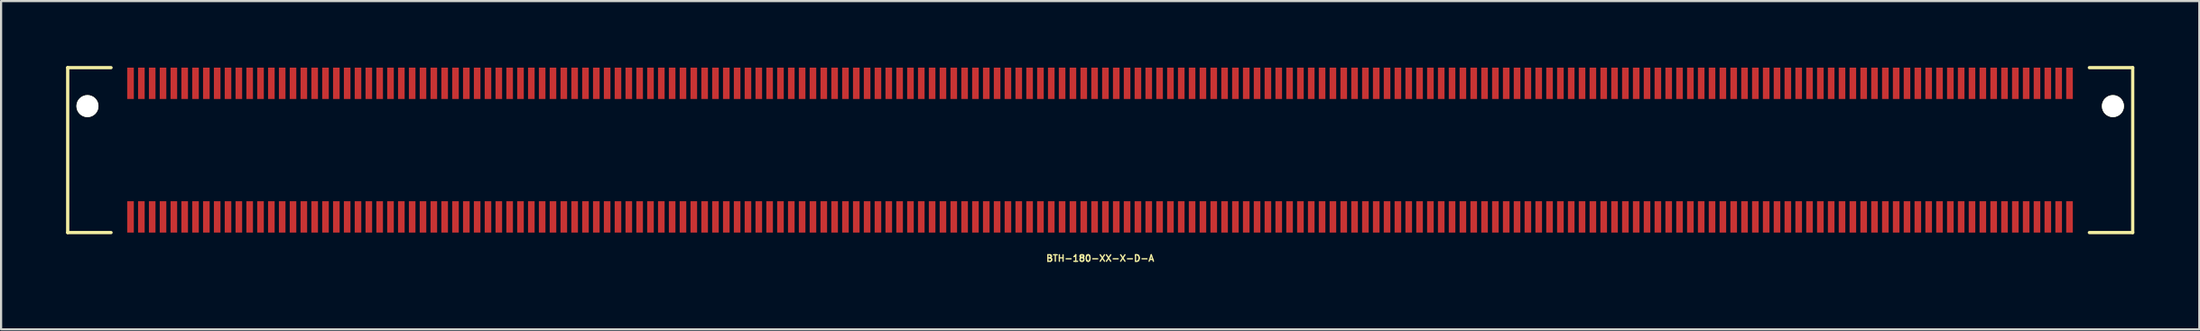
<source format=kicad_pcb>
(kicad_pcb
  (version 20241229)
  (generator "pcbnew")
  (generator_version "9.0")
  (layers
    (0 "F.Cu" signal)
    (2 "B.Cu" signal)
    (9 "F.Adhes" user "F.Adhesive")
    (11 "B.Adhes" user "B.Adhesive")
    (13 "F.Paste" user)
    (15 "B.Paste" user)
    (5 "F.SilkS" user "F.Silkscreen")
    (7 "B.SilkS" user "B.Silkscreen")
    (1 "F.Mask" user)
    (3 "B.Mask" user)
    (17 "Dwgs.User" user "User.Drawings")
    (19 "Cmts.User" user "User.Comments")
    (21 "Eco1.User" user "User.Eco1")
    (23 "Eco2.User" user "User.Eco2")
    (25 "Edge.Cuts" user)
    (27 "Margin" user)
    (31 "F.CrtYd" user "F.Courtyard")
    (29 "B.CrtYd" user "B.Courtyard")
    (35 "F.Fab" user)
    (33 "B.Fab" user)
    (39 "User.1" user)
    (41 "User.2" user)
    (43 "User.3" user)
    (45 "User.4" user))
  (footprint "BTH-180-XX-X-D-A"
    (layer "F.Cu")
    (at 47.734 3.885)
    (property "Reference" "BTH-180-XX-X-D-A" (at 0 5 0) (layer "F.SilkS") (effects (font (size 0.3 0.3) (thickness 0.061))))
    (attr smd)
    (fp_line (start -47.659 -3.81) (end -47.659 3.81) (stroke (width 0.15) (type solid)) (layer "F.SilkS"))
    (fp_line (start -47.659 3.81) (end -45.659 3.81) (stroke (width 0.15) (type solid)) (layer "F.SilkS"))
    (fp_line (start -45.659 -3.81) (end -47.659 -3.81) (stroke (width 0.15) (type solid)) (layer "F.SilkS"))
    (fp_line (start 45.659 -3.81) (end 47.659 -3.81) (stroke (width 0.15) (type solid)) (layer "F.SilkS"))
    (fp_line (start 47.659 -3.81) (end 47.659 3.81) (stroke (width 0.15) (type solid)) (layer "F.SilkS"))
    (fp_line (start 47.659 3.81) (end 45.659 3.81) (stroke (width 0.15) (type solid)) (layer "F.SilkS"))
    (pad "" np_thru_hole circle (at -46.747 -2.032) (size 1.016 1.016) (drill 1.016) (layers "*.Cu" "*.Mask" "F.SilkS"))
    (pad "" np_thru_hole circle (at 46.746 -2.032) (size 1.016 1.016) (drill 1.016) (layers "*.Cu" "*.Mask" "F.SilkS"))
    (pad "1" smd rect (at -44.759 -3.086) (size 0.305 1.448) (layers "F.Cu" "F.Mask" "F.Paste"))
    (pad "2" smd rect (at -44.759 3.086) (size 0.305 1.448) (layers "F.Cu" "F.Mask" "F.Paste"))
    (pad "3" smd rect (at -44.259 -3.086) (size 0.305 1.448) (layers "F.Cu" "F.Mask" "F.Paste"))
    (pad "4" smd rect (at -44.259 3.086) (size 0.305 1.448) (layers "F.Cu" "F.Mask" "F.Paste"))
    (pad "5" smd rect (at -43.759 -3.086) (size 0.305 1.448) (layers "F.Cu" "F.Mask" "F.Paste"))
    (pad "6" smd rect (at -43.759 3.086) (size 0.305 1.448) (layers "F.Cu" "F.Mask" "F.Paste"))
    (pad "7" smd rect (at -43.259 -3.086) (size 0.305 1.448) (layers "F.Cu" "F.Mask" "F.Paste"))
    (pad "8" smd rect (at -43.259 3.086) (size 0.305 1.448) (layers "F.Cu" "F.Mask" "F.Paste"))
    (pad "9" smd rect (at -42.759 -3.086) (size 0.305 1.448) (layers "F.Cu" "F.Mask" "F.Paste"))
    (pad "10" smd rect (at -42.759 3.086) (size 0.305 1.448) (layers "F.Cu" "F.Mask" "F.Paste"))
    (pad "11" smd rect (at -42.259 -3.086) (size 0.305 1.448) (layers "F.Cu" "F.Mask" "F.Paste"))
    (pad "12" smd rect (at -42.259 3.086) (size 0.305 1.448) (layers "F.Cu" "F.Mask" "F.Paste"))
    (pad "13" smd rect (at -41.759 -3.086) (size 0.305 1.448) (layers "F.Cu" "F.Mask" "F.Paste"))
    (pad "14" smd rect (at -41.759 3.086) (size 0.305 1.448) (layers "F.Cu" "F.Mask" "F.Paste"))
    (pad "15" smd rect (at -41.259 -3.086) (size 0.305 1.448) (layers "F.Cu" "F.Mask" "F.Paste"))
    (pad "16" smd rect (at -41.259 3.086) (size 0.305 1.448) (layers "F.Cu" "F.Mask" "F.Paste"))
    (pad "17" smd rect (at -40.759 -3.086) (size 0.305 1.448) (layers "F.Cu" "F.Mask" "F.Paste"))
    (pad "18" smd rect (at -40.759 3.086) (size 0.305 1.448) (layers "F.Cu" "F.Mask" "F.Paste"))
    (pad "19" smd rect (at -40.259 -3.086) (size 0.305 1.448) (layers "F.Cu" "F.Mask" "F.Paste"))
    (pad "20" smd rect (at -40.259 3.086) (size 0.305 1.448) (layers "F.Cu" "F.Mask" "F.Paste"))
    (pad "21" smd rect (at -39.759 -3.086) (size 0.305 1.448) (layers "F.Cu" "F.Mask" "F.Paste"))
    (pad "22" smd rect (at -39.759 3.086) (size 0.305 1.448) (layers "F.Cu" "F.Mask" "F.Paste"))
    (pad "23" smd rect (at -39.259 -3.086) (size 0.305 1.448) (layers "F.Cu" "F.Mask" "F.Paste"))
    (pad "24" smd rect (at -39.259 3.086) (size 0.305 1.448) (layers "F.Cu" "F.Mask" "F.Paste"))
    (pad "25" smd rect (at -38.759 -3.086) (size 0.305 1.448) (layers "F.Cu" "F.Mask" "F.Paste"))
    (pad "26" smd rect (at -38.759 3.086) (size 0.305 1.448) (layers "F.Cu" "F.Mask" "F.Paste"))
    (pad "27" smd rect (at -38.259 -3.086) (size 0.305 1.448) (layers "F.Cu" "F.Mask" "F.Paste"))
    (pad "28" smd rect (at -38.259 3.086) (size 0.305 1.448) (layers "F.Cu" "F.Mask" "F.Paste"))
    (pad "29" smd rect (at -37.759 -3.086) (size 0.305 1.448) (layers "F.Cu" "F.Mask" "F.Paste"))
    (pad "30" smd rect (at -37.759 3.086) (size 0.305 1.448) (layers "F.Cu" "F.Mask" "F.Paste"))
    (pad "31" smd rect (at -37.259 -3.086) (size 0.305 1.448) (layers "F.Cu" "F.Mask" "F.Paste"))
    (pad "32" smd rect (at -37.259 3.086) (size 0.305 1.448) (layers "F.Cu" "F.Mask" "F.Paste"))
    (pad "33" smd rect (at -36.759 -3.086) (size 0.305 1.448) (layers "F.Cu" "F.Mask" "F.Paste"))
    (pad "34" smd rect (at -36.759 3.086) (size 0.305 1.448) (layers "F.Cu" "F.Mask" "F.Paste"))
    (pad "35" smd rect (at -36.259 -3.086) (size 0.305 1.448) (layers "F.Cu" "F.Mask" "F.Paste"))
    (pad "36" smd rect (at -36.259 3.086) (size 0.305 1.448) (layers "F.Cu" "F.Mask" "F.Paste"))
    (pad "37" smd rect (at -35.759 -3.086) (size 0.305 1.448) (layers "F.Cu" "F.Mask" "F.Paste"))
    (pad "38" smd rect (at -35.759 3.086) (size 0.305 1.448) (layers "F.Cu" "F.Mask" "F.Paste"))
    (pad "39" smd rect (at -35.259 -3.086) (size 0.305 1.448) (layers "F.Cu" "F.Mask" "F.Paste"))
    (pad "40" smd rect (at -35.259 3.086) (size 0.305 1.448) (layers "F.Cu" "F.Mask" "F.Paste"))
    (pad "41" smd rect (at -34.759 -3.086) (size 0.305 1.448) (layers "F.Cu" "F.Mask" "F.Paste"))
    (pad "42" smd rect (at -34.759 3.086) (size 0.305 1.448) (layers "F.Cu" "F.Mask" "F.Paste"))
    (pad "43" smd rect (at -34.259 -3.086) (size 0.305 1.448) (layers "F.Cu" "F.Mask" "F.Paste"))
    (pad "44" smd rect (at -34.259 3.086) (size 0.305 1.448) (layers "F.Cu" "F.Mask" "F.Paste"))
    (pad "45" smd rect (at -33.759 -3.086) (size 0.305 1.448) (layers "F.Cu" "F.Mask" "F.Paste"))
    (pad "46" smd rect (at -33.759 3.086) (size 0.305 1.448) (layers "F.Cu" "F.Mask" "F.Paste"))
    (pad "47" smd rect (at -33.259 -3.086) (size 0.305 1.448) (layers "F.Cu" "F.Mask" "F.Paste"))
    (pad "48" smd rect (at -33.259 3.086) (size 0.305 1.448) (layers "F.Cu" "F.Mask" "F.Paste"))
    (pad "49" smd rect (at -32.759 -3.086) (size 0.305 1.448) (layers "F.Cu" "F.Mask" "F.Paste"))
    (pad "50" smd rect (at -32.759 3.086) (size 0.305 1.448) (layers "F.Cu" "F.Mask" "F.Paste"))
    (pad "51" smd rect (at -32.259 -3.086) (size 0.305 1.448) (layers "F.Cu" "F.Mask" "F.Paste"))
    (pad "52" smd rect (at -32.259 3.086) (size 0.305 1.448) (layers "F.Cu" "F.Mask" "F.Paste"))
    (pad "53" smd rect (at -31.759 -3.086) (size 0.305 1.448) (layers "F.Cu" "F.Mask" "F.Paste"))
    (pad "54" smd rect (at -31.759 3.086) (size 0.305 1.448) (layers "F.Cu" "F.Mask" "F.Paste"))
    (pad "55" smd rect (at -31.259 -3.086) (size 0.305 1.448) (layers "F.Cu" "F.Mask" "F.Paste"))
    (pad "56" smd rect (at -31.259 3.086) (size 0.305 1.448) (layers "F.Cu" "F.Mask" "F.Paste"))
    (pad "57" smd rect (at -30.759 -3.086) (size 0.305 1.448) (layers "F.Cu" "F.Mask" "F.Paste"))
    (pad "58" smd rect (at -30.759 3.086) (size 0.305 1.448) (layers "F.Cu" "F.Mask" "F.Paste"))
    (pad "59" smd rect (at -30.259 -3.086) (size 0.305 1.448) (layers "F.Cu" "F.Mask" "F.Paste"))
    (pad "60" smd rect (at -30.259 3.086) (size 0.305 1.448) (layers "F.Cu" "F.Mask" "F.Paste"))
    (pad "61" smd rect (at -29.759 -3.086) (size 0.305 1.448) (layers "F.Cu" "F.Mask" "F.Paste"))
    (pad "62" smd rect (at -29.759 3.086) (size 0.305 1.448) (layers "F.Cu" "F.Mask" "F.Paste"))
    (pad "63" smd rect (at -29.259 -3.086) (size 0.305 1.448) (layers "F.Cu" "F.Mask" "F.Paste"))
    (pad "64" smd rect (at -29.259 3.086) (size 0.305 1.448) (layers "F.Cu" "F.Mask" "F.Paste"))
    (pad "65" smd rect (at -28.759 -3.086) (size 0.305 1.448) (layers "F.Cu" "F.Mask" "F.Paste"))
    (pad "66" smd rect (at -28.759 3.086) (size 0.305 1.448) (layers "F.Cu" "F.Mask" "F.Paste"))
    (pad "67" smd rect (at -28.259 -3.086) (size 0.305 1.448) (layers "F.Cu" "F.Mask" "F.Paste"))
    (pad "68" smd rect (at -28.259 3.086) (size 0.305 1.448) (layers "F.Cu" "F.Mask" "F.Paste"))
    (pad "69" smd rect (at -27.759 -3.086) (size 0.305 1.448) (layers "F.Cu" "F.Mask" "F.Paste"))
    (pad "70" smd rect (at -27.759 3.086) (size 0.305 1.448) (layers "F.Cu" "F.Mask" "F.Paste"))
    (pad "71" smd rect (at -27.259 -3.086) (size 0.305 1.448) (layers "F.Cu" "F.Mask" "F.Paste"))
    (pad "72" smd rect (at -27.259 3.086) (size 0.305 1.448) (layers "F.Cu" "F.Mask" "F.Paste"))
    (pad "73" smd rect (at -26.759 -3.086) (size 0.305 1.448) (layers "F.Cu" "F.Mask" "F.Paste"))
    (pad "74" smd rect (at -26.759 3.086) (size 0.305 1.448) (layers "F.Cu" "F.Mask" "F.Paste"))
    (pad "75" smd rect (at -26.259 -3.086) (size 0.305 1.448) (layers "F.Cu" "F.Mask" "F.Paste"))
    (pad "76" smd rect (at -26.259 3.086) (size 0.305 1.448) (layers "F.Cu" "F.Mask" "F.Paste"))
    (pad "77" smd rect (at -25.759 -3.086) (size 0.305 1.448) (layers "F.Cu" "F.Mask" "F.Paste"))
    (pad "78" smd rect (at -25.759 3.086) (size 0.305 1.448) (layers "F.Cu" "F.Mask" "F.Paste"))
    (pad "79" smd rect (at -25.259 -3.086) (size 0.305 1.448) (layers "F.Cu" "F.Mask" "F.Paste"))
    (pad "80" smd rect (at -25.259 3.086) (size 0.305 1.448) (layers "F.Cu" "F.Mask" "F.Paste"))
    (pad "81" smd rect (at -24.759 -3.086) (size 0.305 1.448) (layers "F.Cu" "F.Mask" "F.Paste"))
    (pad "82" smd rect (at -24.759 3.086) (size 0.305 1.448) (layers "F.Cu" "F.Mask" "F.Paste"))
    (pad "83" smd rect (at -24.259 -3.086) (size 0.305 1.448) (layers "F.Cu" "F.Mask" "F.Paste"))
    (pad "84" smd rect (at -24.259 3.086) (size 0.305 1.448) (layers "F.Cu" "F.Mask" "F.Paste"))
    (pad "85" smd rect (at -23.759 -3.086) (size 0.305 1.448) (layers "F.Cu" "F.Mask" "F.Paste"))
    (pad "86" smd rect (at -23.759 3.086) (size 0.305 1.448) (layers "F.Cu" "F.Mask" "F.Paste"))
    (pad "87" smd rect (at -23.259 -3.086) (size 0.305 1.448) (layers "F.Cu" "F.Mask" "F.Paste"))
    (pad "88" smd rect (at -23.259 3.086) (size 0.305 1.448) (layers "F.Cu" "F.Mask" "F.Paste"))
    (pad "89" smd rect (at -22.759 -3.086) (size 0.305 1.448) (layers "F.Cu" "F.Mask" "F.Paste"))
    (pad "90" smd rect (at -22.759 3.086) (size 0.305 1.448) (layers "F.Cu" "F.Mask" "F.Paste"))
    (pad "91" smd rect (at -22.259 -3.086) (size 0.305 1.448) (layers "F.Cu" "F.Mask" "F.Paste"))
    (pad "92" smd rect (at -22.259 3.086) (size 0.305 1.448) (layers "F.Cu" "F.Mask" "F.Paste"))
    (pad "93" smd rect (at -21.759 -3.086) (size 0.305 1.448) (layers "F.Cu" "F.Mask" "F.Paste"))
    (pad "94" smd rect (at -21.759 3.086) (size 0.305 1.448) (layers "F.Cu" "F.Mask" "F.Paste"))
    (pad "95" smd rect (at -21.259 -3.086) (size 0.305 1.448) (layers "F.Cu" "F.Mask" "F.Paste"))
    (pad "96" smd rect (at -21.259 3.086) (size 0.305 1.448) (layers "F.Cu" "F.Mask" "F.Paste"))
    (pad "97" smd rect (at -20.759 -3.086) (size 0.305 1.448) (layers "F.Cu" "F.Mask" "F.Paste"))
    (pad "98" smd rect (at -20.759 3.086) (size 0.305 1.448) (layers "F.Cu" "F.Mask" "F.Paste"))
    (pad "99" smd rect (at -20.259 -3.086) (size 0.305 1.448) (layers "F.Cu" "F.Mask" "F.Paste"))
    (pad "100" smd rect (at -20.259 3.086) (size 0.305 1.448) (layers "F.Cu" "F.Mask" "F.Paste"))
    (pad "101" smd rect (at -19.759 -3.086) (size 0.305 1.448) (layers "F.Cu" "F.Mask" "F.Paste"))
    (pad "102" smd rect (at -19.759 3.086) (size 0.305 1.448) (layers "F.Cu" "F.Mask" "F.Paste"))
    (pad "103" smd rect (at -19.259 -3.086) (size 0.305 1.448) (layers "F.Cu" "F.Mask" "F.Paste"))
    (pad "104" smd rect (at -19.259 3.086) (size 0.305 1.448) (layers "F.Cu" "F.Mask" "F.Paste"))
    (pad "105" smd rect (at -18.759 -3.086) (size 0.305 1.448) (layers "F.Cu" "F.Mask" "F.Paste"))
    (pad "106" smd rect (at -18.759 3.086) (size 0.305 1.448) (layers "F.Cu" "F.Mask" "F.Paste"))
    (pad "107" smd rect (at -18.259 -3.086) (size 0.305 1.448) (layers "F.Cu" "F.Mask" "F.Paste"))
    (pad "108" smd rect (at -18.259 3.086) (size 0.305 1.448) (layers "F.Cu" "F.Mask" "F.Paste"))
    (pad "109" smd rect (at -17.759 -3.086) (size 0.305 1.448) (layers "F.Cu" "F.Mask" "F.Paste"))
    (pad "110" smd rect (at -17.759 3.086) (size 0.305 1.448) (layers "F.Cu" "F.Mask" "F.Paste"))
    (pad "111" smd rect (at -17.259 -3.086) (size 0.305 1.448) (layers "F.Cu" "F.Mask" "F.Paste"))
    (pad "112" smd rect (at -17.259 3.086) (size 0.305 1.448) (layers "F.Cu" "F.Mask" "F.Paste"))
    (pad "113" smd rect (at -16.759 -3.086) (size 0.305 1.448) (layers "F.Cu" "F.Mask" "F.Paste"))
    (pad "114" smd rect (at -16.759 3.086) (size 0.305 1.448) (layers "F.Cu" "F.Mask" "F.Paste"))
    (pad "115" smd rect (at -16.259 -3.086) (size 0.305 1.448) (layers "F.Cu" "F.Mask" "F.Paste"))
    (pad "116" smd rect (at -16.259 3.086) (size 0.305 1.448) (layers "F.Cu" "F.Mask" "F.Paste"))
    (pad "117" smd rect (at -15.759 -3.086) (size 0.305 1.448) (layers "F.Cu" "F.Mask" "F.Paste"))
    (pad "118" smd rect (at -15.759 3.086) (size 0.305 1.448) (layers "F.Cu" "F.Mask" "F.Paste"))
    (pad "119" smd rect (at -15.259 -3.086) (size 0.305 1.448) (layers "F.Cu" "F.Mask" "F.Paste"))
    (pad "120" smd rect (at -15.259 3.086) (size 0.305 1.448) (layers "F.Cu" "F.Mask" "F.Paste"))
    (pad "121" smd rect (at -14.759 -3.086) (size 0.305 1.448) (layers "F.Cu" "F.Mask" "F.Paste"))
    (pad "122" smd rect (at -14.759 3.086) (size 0.305 1.448) (layers "F.Cu" "F.Mask" "F.Paste"))
    (pad "123" smd rect (at -14.259 -3.086) (size 0.305 1.448) (layers "F.Cu" "F.Mask" "F.Paste"))
    (pad "124" smd rect (at -14.259 3.086) (size 0.305 1.448) (layers "F.Cu" "F.Mask" "F.Paste"))
    (pad "125" smd rect (at -13.759 -3.086) (size 0.305 1.448) (layers "F.Cu" "F.Mask" "F.Paste"))
    (pad "126" smd rect (at -13.759 3.086) (size 0.305 1.448) (layers "F.Cu" "F.Mask" "F.Paste"))
    (pad "127" smd rect (at -13.259 -3.086) (size 0.305 1.448) (layers "F.Cu" "F.Mask" "F.Paste"))
    (pad "128" smd rect (at -13.259 3.086) (size 0.305 1.448) (layers "F.Cu" "F.Mask" "F.Paste"))
    (pad "129" smd rect (at -12.759 -3.086) (size 0.305 1.448) (layers "F.Cu" "F.Mask" "F.Paste"))
    (pad "130" smd rect (at -12.759 3.086) (size 0.305 1.448) (layers "F.Cu" "F.Mask" "F.Paste"))
    (pad "131" smd rect (at -12.259 -3.086) (size 0.305 1.448) (layers "F.Cu" "F.Mask" "F.Paste"))
    (pad "132" smd rect (at -12.259 3.086) (size 0.305 1.448) (layers "F.Cu" "F.Mask" "F.Paste"))
    (pad "133" smd rect (at -11.759 -3.086) (size 0.305 1.448) (layers "F.Cu" "F.Mask" "F.Paste"))
    (pad "134" smd rect (at -11.759 3.086) (size 0.305 1.448) (layers "F.Cu" "F.Mask" "F.Paste"))
    (pad "135" smd rect (at -11.259 -3.086) (size 0.305 1.448) (layers "F.Cu" "F.Mask" "F.Paste"))
    (pad "136" smd rect (at -11.259 3.086) (size 0.305 1.448) (layers "F.Cu" "F.Mask" "F.Paste"))
    (pad "137" smd rect (at -10.759 -3.086) (size 0.305 1.448) (layers "F.Cu" "F.Mask" "F.Paste"))
    (pad "138" smd rect (at -10.759 3.086) (size 0.305 1.448) (layers "F.Cu" "F.Mask" "F.Paste"))
    (pad "139" smd rect (at -10.259 -3.086) (size 0.305 1.448) (layers "F.Cu" "F.Mask" "F.Paste"))
    (pad "140" smd rect (at -10.259 3.086) (size 0.305 1.448) (layers "F.Cu" "F.Mask" "F.Paste"))
    (pad "141" smd rect (at -9.759 -3.086) (size 0.305 1.448) (layers "F.Cu" "F.Mask" "F.Paste"))
    (pad "142" smd rect (at -9.759 3.086) (size 0.305 1.448) (layers "F.Cu" "F.Mask" "F.Paste"))
    (pad "143" smd rect (at -9.259 -3.086) (size 0.305 1.448) (layers "F.Cu" "F.Mask" "F.Paste"))
    (pad "144" smd rect (at -9.259 3.086) (size 0.305 1.448) (layers "F.Cu" "F.Mask" "F.Paste"))
    (pad "145" smd rect (at -8.759 -3.086) (size 0.305 1.448) (layers "F.Cu" "F.Mask" "F.Paste"))
    (pad "146" smd rect (at -8.759 3.086) (size 0.305 1.448) (layers "F.Cu" "F.Mask" "F.Paste"))
    (pad "147" smd rect (at -8.259 -3.086) (size 0.305 1.448) (layers "F.Cu" "F.Mask" "F.Paste"))
    (pad "148" smd rect (at -8.259 3.086) (size 0.305 1.448) (layers "F.Cu" "F.Mask" "F.Paste"))
    (pad "149" smd rect (at -7.759 -3.086) (size 0.305 1.448) (layers "F.Cu" "F.Mask" "F.Paste"))
    (pad "150" smd rect (at -7.759 3.086) (size 0.305 1.448) (layers "F.Cu" "F.Mask" "F.Paste"))
    (pad "151" smd rect (at -7.259 -3.086) (size 0.305 1.448) (layers "F.Cu" "F.Mask" "F.Paste"))
    (pad "152" smd rect (at -7.259 3.086) (size 0.305 1.448) (layers "F.Cu" "F.Mask" "F.Paste"))
    (pad "153" smd rect (at -6.759 -3.086) (size 0.305 1.448) (layers "F.Cu" "F.Mask" "F.Paste"))
    (pad "154" smd rect (at -6.759 3.086) (size 0.305 1.448) (layers "F.Cu" "F.Mask" "F.Paste"))
    (pad "155" smd rect (at -6.259 -3.086) (size 0.305 1.448) (layers "F.Cu" "F.Mask" "F.Paste"))
    (pad "156" smd rect (at -6.259 3.086) (size 0.305 1.448) (layers "F.Cu" "F.Mask" "F.Paste"))
    (pad "157" smd rect (at -5.759 -3.086) (size 0.305 1.448) (layers "F.Cu" "F.Mask" "F.Paste"))
    (pad "158" smd rect (at -5.759 3.086) (size 0.305 1.448) (layers "F.Cu" "F.Mask" "F.Paste"))
    (pad "159" smd rect (at -5.259 -3.086) (size 0.305 1.448) (layers "F.Cu" "F.Mask" "F.Paste"))
    (pad "160" smd rect (at -5.259 3.086) (size 0.305 1.448) (layers "F.Cu" "F.Mask" "F.Paste"))
    (pad "161" smd rect (at -4.759 -3.086) (size 0.305 1.448) (layers "F.Cu" "F.Mask" "F.Paste"))
    (pad "162" smd rect (at -4.759 3.086) (size 0.305 1.448) (layers "F.Cu" "F.Mask" "F.Paste"))
    (pad "163" smd rect (at -4.259 -3.086) (size 0.305 1.448) (layers "F.Cu" "F.Mask" "F.Paste"))
    (pad "164" smd rect (at -4.259 3.086) (size 0.305 1.448) (layers "F.Cu" "F.Mask" "F.Paste"))
    (pad "165" smd rect (at -3.759 -3.086) (size 0.305 1.448) (layers "F.Cu" "F.Mask" "F.Paste"))
    (pad "166" smd rect (at -3.759 3.086) (size 0.305 1.448) (layers "F.Cu" "F.Mask" "F.Paste"))
    (pad "167" smd rect (at -3.259 -3.086) (size 0.305 1.448) (layers "F.Cu" "F.Mask" "F.Paste"))
    (pad "168" smd rect (at -3.259 3.086) (size 0.305 1.448) (layers "F.Cu" "F.Mask" "F.Paste"))
    (pad "169" smd rect (at -2.759 -3.086) (size 0.305 1.448) (layers "F.Cu" "F.Mask" "F.Paste"))
    (pad "170" smd rect (at -2.759 3.086) (size 0.305 1.448) (layers "F.Cu" "F.Mask" "F.Paste"))
    (pad "171" smd rect (at -2.259 -3.086) (size 0.305 1.448) (layers "F.Cu" "F.Mask" "F.Paste"))
    (pad "172" smd rect (at -2.259 3.086) (size 0.305 1.448) (layers "F.Cu" "F.Mask" "F.Paste"))
    (pad "173" smd rect (at -1.759 -3.086) (size 0.305 1.448) (layers "F.Cu" "F.Mask" "F.Paste"))
    (pad "174" smd rect (at -1.759 3.086) (size 0.305 1.448) (layers "F.Cu" "F.Mask" "F.Paste"))
    (pad "175" smd rect (at -1.259 -3.086) (size 0.305 1.448) (layers "F.Cu" "F.Mask" "F.Paste"))
    (pad "176" smd rect (at -1.259 3.086) (size 0.305 1.448) (layers "F.Cu" "F.Mask" "F.Paste"))
    (pad "177" smd rect (at -0.759 -3.086) (size 0.305 1.448) (layers "F.Cu" "F.Mask" "F.Paste"))
    (pad "178" smd rect (at -0.759 3.086) (size 0.305 1.448) (layers "F.Cu" "F.Mask" "F.Paste"))
    (pad "179" smd rect (at -0.259 -3.086) (size 0.305 1.448) (layers "F.Cu" "F.Mask" "F.Paste"))
    (pad "180" smd rect (at -0.259 3.086) (size 0.305 1.448) (layers "F.Cu" "F.Mask" "F.Paste"))
    (pad "181" smd rect (at 0.241 -3.086) (size 0.305 1.448) (layers "F.Cu" "F.Mask" "F.Paste"))
    (pad "182" smd rect (at 0.241 3.086) (size 0.305 1.448) (layers "F.Cu" "F.Mask" "F.Paste"))
    (pad "183" smd rect (at 0.741 -3.086) (size 0.305 1.448) (layers "F.Cu" "F.Mask" "F.Paste"))
    (pad "184" smd rect (at 0.741 3.086) (size 0.305 1.448) (layers "F.Cu" "F.Mask" "F.Paste"))
    (pad "185" smd rect (at 1.241 -3.086) (size 0.305 1.448) (layers "F.Cu" "F.Mask" "F.Paste"))
    (pad "186" smd rect (at 1.241 3.086) (size 0.305 1.448) (layers "F.Cu" "F.Mask" "F.Paste"))
    (pad "187" smd rect (at 1.741 -3.086) (size 0.305 1.448) (layers "F.Cu" "F.Mask" "F.Paste"))
    (pad "188" smd rect (at 1.741 3.086) (size 0.305 1.448) (layers "F.Cu" "F.Mask" "F.Paste"))
    (pad "189" smd rect (at 2.241 -3.086) (size 0.305 1.448) (layers "F.Cu" "F.Mask" "F.Paste"))
    (pad "190" smd rect (at 2.241 3.086) (size 0.305 1.448) (layers "F.Cu" "F.Mask" "F.Paste"))
    (pad "191" smd rect (at 2.741 -3.086) (size 0.305 1.448) (layers "F.Cu" "F.Mask" "F.Paste"))
    (pad "192" smd rect (at 2.741 3.086) (size 0.305 1.448) (layers "F.Cu" "F.Mask" "F.Paste"))
    (pad "193" smd rect (at 3.241 -3.086) (size 0.305 1.448) (layers "F.Cu" "F.Mask" "F.Paste"))
    (pad "194" smd rect (at 3.241 3.086) (size 0.305 1.448) (layers "F.Cu" "F.Mask" "F.Paste"))
    (pad "195" smd rect (at 3.741 -3.086) (size 0.305 1.448) (layers "F.Cu" "F.Mask" "F.Paste"))
    (pad "196" smd rect (at 3.741 3.086) (size 0.305 1.448) (layers "F.Cu" "F.Mask" "F.Paste"))
    (pad "197" smd rect (at 4.241 -3.086) (size 0.305 1.448) (layers "F.Cu" "F.Mask" "F.Paste"))
    (pad "198" smd rect (at 4.241 3.086) (size 0.305 1.448) (layers "F.Cu" "F.Mask" "F.Paste"))
    (pad "199" smd rect (at 4.741 -3.086) (size 0.305 1.448) (layers "F.Cu" "F.Mask" "F.Paste"))
    (pad "200" smd rect (at 4.741 3.086) (size 0.305 1.448) (layers "F.Cu" "F.Mask" "F.Paste"))
    (pad "201" smd rect (at 5.241 -3.086) (size 0.305 1.448) (layers "F.Cu" "F.Mask" "F.Paste"))
    (pad "202" smd rect (at 5.241 3.086) (size 0.305 1.448) (layers "F.Cu" "F.Mask" "F.Paste"))
    (pad "203" smd rect (at 5.741 -3.086) (size 0.305 1.448) (layers "F.Cu" "F.Mask" "F.Paste"))
    (pad "204" smd rect (at 5.741 3.086) (size 0.305 1.448) (layers "F.Cu" "F.Mask" "F.Paste"))
    (pad "205" smd rect (at 6.241 -3.086) (size 0.305 1.448) (layers "F.Cu" "F.Mask" "F.Paste"))
    (pad "206" smd rect (at 6.241 3.086) (size 0.305 1.448) (layers "F.Cu" "F.Mask" "F.Paste"))
    (pad "207" smd rect (at 6.741 -3.086) (size 0.305 1.448) (layers "F.Cu" "F.Mask" "F.Paste"))
    (pad "208" smd rect (at 6.741 3.086) (size 0.305 1.448) (layers "F.Cu" "F.Mask" "F.Paste"))
    (pad "209" smd rect (at 7.241 -3.086) (size 0.305 1.448) (layers "F.Cu" "F.Mask" "F.Paste"))
    (pad "210" smd rect (at 7.241 3.086) (size 0.305 1.448) (layers "F.Cu" "F.Mask" "F.Paste"))
    (pad "211" smd rect (at 7.741 -3.086) (size 0.305 1.448) (layers "F.Cu" "F.Mask" "F.Paste"))
    (pad "212" smd rect (at 7.741 3.086) (size 0.305 1.448) (layers "F.Cu" "F.Mask" "F.Paste"))
    (pad "213" smd rect (at 8.241 -3.086) (size 0.305 1.448) (layers "F.Cu" "F.Mask" "F.Paste"))
    (pad "214" smd rect (at 8.241 3.086) (size 0.305 1.448) (layers "F.Cu" "F.Mask" "F.Paste"))
    (pad "215" smd rect (at 8.741 -3.086) (size 0.305 1.448) (layers "F.Cu" "F.Mask" "F.Paste"))
    (pad "216" smd rect (at 8.741 3.086) (size 0.305 1.448) (layers "F.Cu" "F.Mask" "F.Paste"))
    (pad "217" smd rect (at 9.241 -3.086) (size 0.305 1.448) (layers "F.Cu" "F.Mask" "F.Paste"))
    (pad "218" smd rect (at 9.241 3.086) (size 0.305 1.448) (layers "F.Cu" "F.Mask" "F.Paste"))
    (pad "219" smd rect (at 9.741 -3.086) (size 0.305 1.448) (layers "F.Cu" "F.Mask" "F.Paste"))
    (pad "220" smd rect (at 9.741 3.086) (size 0.305 1.448) (layers "F.Cu" "F.Mask" "F.Paste"))
    (pad "221" smd rect (at 10.241 -3.086) (size 0.305 1.448) (layers "F.Cu" "F.Mask" "F.Paste"))
    (pad "222" smd rect (at 10.241 3.086) (size 0.305 1.448) (layers "F.Cu" "F.Mask" "F.Paste"))
    (pad "223" smd rect (at 10.741 -3.086) (size 0.305 1.448) (layers "F.Cu" "F.Mask" "F.Paste"))
    (pad "224" smd rect (at 10.741 3.086) (size 0.305 1.448) (layers "F.Cu" "F.Mask" "F.Paste"))
    (pad "225" smd rect (at 11.241 -3.086) (size 0.305 1.448) (layers "F.Cu" "F.Mask" "F.Paste"))
    (pad "226" smd rect (at 11.241 3.086) (size 0.305 1.448) (layers "F.Cu" "F.Mask" "F.Paste"))
    (pad "227" smd rect (at 11.741 -3.086) (size 0.305 1.448) (layers "F.Cu" "F.Mask" "F.Paste"))
    (pad "228" smd rect (at 11.741 3.086) (size 0.305 1.448) (layers "F.Cu" "F.Mask" "F.Paste"))
    (pad "229" smd rect (at 12.241 -3.086) (size 0.305 1.448) (layers "F.Cu" "F.Mask" "F.Paste"))
    (pad "230" smd rect (at 12.241 3.086) (size 0.305 1.448) (layers "F.Cu" "F.Mask" "F.Paste"))
    (pad "231" smd rect (at 12.741 -3.086) (size 0.305 1.448) (layers "F.Cu" "F.Mask" "F.Paste"))
    (pad "232" smd rect (at 12.741 3.086) (size 0.305 1.448) (layers "F.Cu" "F.Mask" "F.Paste"))
    (pad "233" smd rect (at 13.241 -3.086) (size 0.305 1.448) (layers "F.Cu" "F.Mask" "F.Paste"))
    (pad "234" smd rect (at 13.241 3.086) (size 0.305 1.448) (layers "F.Cu" "F.Mask" "F.Paste"))
    (pad "235" smd rect (at 13.741 -3.086) (size 0.305 1.448) (layers "F.Cu" "F.Mask" "F.Paste"))
    (pad "236" smd rect (at 13.741 3.086) (size 0.305 1.448) (layers "F.Cu" "F.Mask" "F.Paste"))
    (pad "237" smd rect (at 14.241 -3.086) (size 0.305 1.448) (layers "F.Cu" "F.Mask" "F.Paste"))
    (pad "238" smd rect (at 14.241 3.086) (size 0.305 1.448) (layers "F.Cu" "F.Mask" "F.Paste"))
    (pad "239" smd rect (at 14.741 -3.086) (size 0.305 1.448) (layers "F.Cu" "F.Mask" "F.Paste"))
    (pad "240" smd rect (at 14.741 3.086) (size 0.305 1.448) (layers "F.Cu" "F.Mask" "F.Paste"))
    (pad "241" smd rect (at 15.241 -3.086) (size 0.305 1.448) (layers "F.Cu" "F.Mask" "F.Paste"))
    (pad "242" smd rect (at 15.241 3.086) (size 0.305 1.448) (layers "F.Cu" "F.Mask" "F.Paste"))
    (pad "243" smd rect (at 15.741 -3.086) (size 0.305 1.448) (layers "F.Cu" "F.Mask" "F.Paste"))
    (pad "244" smd rect (at 15.741 3.086) (size 0.305 1.448) (layers "F.Cu" "F.Mask" "F.Paste"))
    (pad "245" smd rect (at 16.241 -3.086) (size 0.305 1.448) (layers "F.Cu" "F.Mask" "F.Paste"))
    (pad "246" smd rect (at 16.241 3.086) (size 0.305 1.448) (layers "F.Cu" "F.Mask" "F.Paste"))
    (pad "247" smd rect (at 16.741 -3.086) (size 0.305 1.448) (layers "F.Cu" "F.Mask" "F.Paste"))
    (pad "248" smd rect (at 16.741 3.086) (size 0.305 1.448) (layers "F.Cu" "F.Mask" "F.Paste"))
    (pad "249" smd rect (at 17.241 -3.086) (size 0.305 1.448) (layers "F.Cu" "F.Mask" "F.Paste"))
    (pad "250" smd rect (at 17.241 3.086) (size 0.305 1.448) (layers "F.Cu" "F.Mask" "F.Paste"))
    (pad "251" smd rect (at 17.741 -3.086) (size 0.305 1.448) (layers "F.Cu" "F.Mask" "F.Paste"))
    (pad "252" smd rect (at 17.741 3.086) (size 0.305 1.448) (layers "F.Cu" "F.Mask" "F.Paste"))
    (pad "253" smd rect (at 18.241 -3.086) (size 0.305 1.448) (layers "F.Cu" "F.Mask" "F.Paste"))
    (pad "254" smd rect (at 18.241 3.086) (size 0.305 1.448) (layers "F.Cu" "F.Mask" "F.Paste"))
    (pad "255" smd rect (at 18.741 -3.086) (size 0.305 1.448) (layers "F.Cu" "F.Mask" "F.Paste"))
    (pad "256" smd rect (at 18.741 3.086) (size 0.305 1.448) (layers "F.Cu" "F.Mask" "F.Paste"))
    (pad "257" smd rect (at 19.241 -3.086) (size 0.305 1.448) (layers "F.Cu" "F.Mask" "F.Paste"))
    (pad "258" smd rect (at 19.241 3.086) (size 0.305 1.448) (layers "F.Cu" "F.Mask" "F.Paste"))
    (pad "259" smd rect (at 19.741 -3.086) (size 0.305 1.448) (layers "F.Cu" "F.Mask" "F.Paste"))
    (pad "260" smd rect (at 19.741 3.086) (size 0.305 1.448) (layers "F.Cu" "F.Mask" "F.Paste"))
    (pad "261" smd rect (at 20.241 -3.086) (size 0.305 1.448) (layers "F.Cu" "F.Mask" "F.Paste"))
    (pad "262" smd rect (at 20.241 3.086) (size 0.305 1.448) (layers "F.Cu" "F.Mask" "F.Paste"))
    (pad "263" smd rect (at 20.741 -3.086) (size 0.305 1.448) (layers "F.Cu" "F.Mask" "F.Paste"))
    (pad "264" smd rect (at 20.741 3.086) (size 0.305 1.448) (layers "F.Cu" "F.Mask" "F.Paste"))
    (pad "265" smd rect (at 21.241 -3.086) (size 0.305 1.448) (layers "F.Cu" "F.Mask" "F.Paste"))
    (pad "266" smd rect (at 21.241 3.086) (size 0.305 1.448) (layers "F.Cu" "F.Mask" "F.Paste"))
    (pad "267" smd rect (at 21.741 -3.086) (size 0.305 1.448) (layers "F.Cu" "F.Mask" "F.Paste"))
    (pad "268" smd rect (at 21.741 3.086) (size 0.305 1.448) (layers "F.Cu" "F.Mask" "F.Paste"))
    (pad "269" smd rect (at 22.241 -3.086) (size 0.305 1.448) (layers "F.Cu" "F.Mask" "F.Paste"))
    (pad "270" smd rect (at 22.241 3.086) (size 0.305 1.448) (layers "F.Cu" "F.Mask" "F.Paste"))
    (pad "271" smd rect (at 22.741 -3.086) (size 0.305 1.448) (layers "F.Cu" "F.Mask" "F.Paste"))
    (pad "272" smd rect (at 22.741 3.086) (size 0.305 1.448) (layers "F.Cu" "F.Mask" "F.Paste"))
    (pad "273" smd rect (at 23.241 -3.086) (size 0.305 1.448) (layers "F.Cu" "F.Mask" "F.Paste"))
    (pad "274" smd rect (at 23.241 3.086) (size 0.305 1.448) (layers "F.Cu" "F.Mask" "F.Paste"))
    (pad "275" smd rect (at 23.741 -3.086) (size 0.305 1.448) (layers "F.Cu" "F.Mask" "F.Paste"))
    (pad "276" smd rect (at 23.741 3.086) (size 0.305 1.448) (layers "F.Cu" "F.Mask" "F.Paste"))
    (pad "277" smd rect (at 24.241 -3.086) (size 0.305 1.448) (layers "F.Cu" "F.Mask" "F.Paste"))
    (pad "278" smd rect (at 24.241 3.086) (size 0.305 1.448) (layers "F.Cu" "F.Mask" "F.Paste"))
    (pad "279" smd rect (at 24.741 -3.086) (size 0.305 1.448) (layers "F.Cu" "F.Mask" "F.Paste"))
    (pad "280" smd rect (at 24.741 3.086) (size 0.305 1.448) (layers "F.Cu" "F.Mask" "F.Paste"))
    (pad "281" smd rect (at 25.241 -3.086) (size 0.305 1.448) (layers "F.Cu" "F.Mask" "F.Paste"))
    (pad "282" smd rect (at 25.241 3.086) (size 0.305 1.448) (layers "F.Cu" "F.Mask" "F.Paste"))
    (pad "283" smd rect (at 25.741 -3.086) (size 0.305 1.448) (layers "F.Cu" "F.Mask" "F.Paste"))
    (pad "284" smd rect (at 25.741 3.086) (size 0.305 1.448) (layers "F.Cu" "F.Mask" "F.Paste"))
    (pad "285" smd rect (at 26.241 -3.086) (size 0.305 1.448) (layers "F.Cu" "F.Mask" "F.Paste"))
    (pad "286" smd rect (at 26.241 3.086) (size 0.305 1.448) (layers "F.Cu" "F.Mask" "F.Paste"))
    (pad "287" smd rect (at 26.741 -3.086) (size 0.305 1.448) (layers "F.Cu" "F.Mask" "F.Paste"))
    (pad "288" smd rect (at 26.741 3.086) (size 0.305 1.448) (layers "F.Cu" "F.Mask" "F.Paste"))
    (pad "289" smd rect (at 27.241 -3.086) (size 0.305 1.448) (layers "F.Cu" "F.Mask" "F.Paste"))
    (pad "290" smd rect (at 27.241 3.086) (size 0.305 1.448) (layers "F.Cu" "F.Mask" "F.Paste"))
    (pad "291" smd rect (at 27.741 -3.086) (size 0.305 1.448) (layers "F.Cu" "F.Mask" "F.Paste"))
    (pad "292" smd rect (at 27.741 3.086) (size 0.305 1.448) (layers "F.Cu" "F.Mask" "F.Paste"))
    (pad "293" smd rect (at 28.241 -3.086) (size 0.305 1.448) (layers "F.Cu" "F.Mask" "F.Paste"))
    (pad "294" smd rect (at 28.241 3.086) (size 0.305 1.448) (layers "F.Cu" "F.Mask" "F.Paste"))
    (pad "295" smd rect (at 28.741 -3.086) (size 0.305 1.448) (layers "F.Cu" "F.Mask" "F.Paste"))
    (pad "296" smd rect (at 28.741 3.086) (size 0.305 1.448) (layers "F.Cu" "F.Mask" "F.Paste"))
    (pad "297" smd rect (at 29.241 -3.086) (size 0.305 1.448) (layers "F.Cu" "F.Mask" "F.Paste"))
    (pad "298" smd rect (at 29.241 3.086) (size 0.305 1.448) (layers "F.Cu" "F.Mask" "F.Paste"))
    (pad "299" smd rect (at 29.741 -3.086) (size 0.305 1.448) (layers "F.Cu" "F.Mask" "F.Paste"))
    (pad "300" smd rect (at 29.741 3.086) (size 0.305 1.448) (layers "F.Cu" "F.Mask" "F.Paste"))
    (pad "301" smd rect (at 30.241 -3.086) (size 0.305 1.448) (layers "F.Cu" "F.Mask" "F.Paste"))
    (pad "302" smd rect (at 30.241 3.086) (size 0.305 1.448) (layers "F.Cu" "F.Mask" "F.Paste"))
    (pad "303" smd rect (at 30.741 -3.086) (size 0.305 1.448) (layers "F.Cu" "F.Mask" "F.Paste"))
    (pad "304" smd rect (at 30.741 3.086) (size 0.305 1.448) (layers "F.Cu" "F.Mask" "F.Paste"))
    (pad "305" smd rect (at 31.241 -3.086) (size 0.305 1.448) (layers "F.Cu" "F.Mask" "F.Paste"))
    (pad "306" smd rect (at 31.241 3.086) (size 0.305 1.448) (layers "F.Cu" "F.Mask" "F.Paste"))
    (pad "307" smd rect (at 31.741 -3.086) (size 0.305 1.448) (layers "F.Cu" "F.Mask" "F.Paste"))
    (pad "308" smd rect (at 31.741 3.086) (size 0.305 1.448) (layers "F.Cu" "F.Mask" "F.Paste"))
    (pad "309" smd rect (at 32.241 -3.086) (size 0.305 1.448) (layers "F.Cu" "F.Mask" "F.Paste"))
    (pad "310" smd rect (at 32.241 3.086) (size 0.305 1.448) (layers "F.Cu" "F.Mask" "F.Paste"))
    (pad "311" smd rect (at 32.741 -3.086) (size 0.305 1.448) (layers "F.Cu" "F.Mask" "F.Paste"))
    (pad "312" smd rect (at 32.741 3.086) (size 0.305 1.448) (layers "F.Cu" "F.Mask" "F.Paste"))
    (pad "313" smd rect (at 33.241 -3.086) (size 0.305 1.448) (layers "F.Cu" "F.Mask" "F.Paste"))
    (pad "314" smd rect (at 33.241 3.086) (size 0.305 1.448) (layers "F.Cu" "F.Mask" "F.Paste"))
    (pad "315" smd rect (at 33.741 -3.086) (size 0.305 1.448) (layers "F.Cu" "F.Mask" "F.Paste"))
    (pad "316" smd rect (at 33.741 3.086) (size 0.305 1.448) (layers "F.Cu" "F.Mask" "F.Paste"))
    (pad "317" smd rect (at 34.241 -3.086) (size 0.305 1.448) (layers "F.Cu" "F.Mask" "F.Paste"))
    (pad "318" smd rect (at 34.241 3.086) (size 0.305 1.448) (layers "F.Cu" "F.Mask" "F.Paste"))
    (pad "319" smd rect (at 34.741 -3.086) (size 0.305 1.448) (layers "F.Cu" "F.Mask" "F.Paste"))
    (pad "320" smd rect (at 34.741 3.086) (size 0.305 1.448) (layers "F.Cu" "F.Mask" "F.Paste"))
    (pad "321" smd rect (at 35.241 -3.086) (size 0.305 1.448) (layers "F.Cu" "F.Mask" "F.Paste"))
    (pad "322" smd rect (at 35.241 3.086) (size 0.305 1.448) (layers "F.Cu" "F.Mask" "F.Paste"))
    (pad "323" smd rect (at 35.741 -3.086) (size 0.305 1.448) (layers "F.Cu" "F.Mask" "F.Paste"))
    (pad "324" smd rect (at 35.741 3.086) (size 0.305 1.448) (layers "F.Cu" "F.Mask" "F.Paste"))
    (pad "325" smd rect (at 36.241 -3.086) (size 0.305 1.448) (layers "F.Cu" "F.Mask" "F.Paste"))
    (pad "326" smd rect (at 36.241 3.086) (size 0.305 1.448) (layers "F.Cu" "F.Mask" "F.Paste"))
    (pad "327" smd rect (at 36.741 -3.086) (size 0.305 1.448) (layers "F.Cu" "F.Mask" "F.Paste"))
    (pad "328" smd rect (at 36.741 3.086) (size 0.305 1.448) (layers "F.Cu" "F.Mask" "F.Paste"))
    (pad "329" smd rect (at 37.241 -3.086) (size 0.305 1.448) (layers "F.Cu" "F.Mask" "F.Paste"))
    (pad "330" smd rect (at 37.241 3.086) (size 0.305 1.448) (layers "F.Cu" "F.Mask" "F.Paste"))
    (pad "331" smd rect (at 37.741 -3.086) (size 0.305 1.448) (layers "F.Cu" "F.Mask" "F.Paste"))
    (pad "332" smd rect (at 37.741 3.086) (size 0.305 1.448) (layers "F.Cu" "F.Mask" "F.Paste"))
    (pad "333" smd rect (at 38.241 -3.086) (size 0.305 1.448) (layers "F.Cu" "F.Mask" "F.Paste"))
    (pad "334" smd rect (at 38.241 3.086) (size 0.305 1.448) (layers "F.Cu" "F.Mask" "F.Paste"))
    (pad "335" smd rect (at 38.741 -3.086) (size 0.305 1.448) (layers "F.Cu" "F.Mask" "F.Paste"))
    (pad "336" smd rect (at 38.741 3.086) (size 0.305 1.448) (layers "F.Cu" "F.Mask" "F.Paste"))
    (pad "337" smd rect (at 39.241 -3.086) (size 0.305 1.448) (layers "F.Cu" "F.Mask" "F.Paste"))
    (pad "338" smd rect (at 39.241 3.086) (size 0.305 1.448) (layers "F.Cu" "F.Mask" "F.Paste"))
    (pad "339" smd rect (at 39.741 -3.086) (size 0.305 1.448) (layers "F.Cu" "F.Mask" "F.Paste"))
    (pad "340" smd rect (at 39.741 3.086) (size 0.305 1.448) (layers "F.Cu" "F.Mask" "F.Paste"))
    (pad "341" smd rect (at 40.241 -3.086) (size 0.305 1.448) (layers "F.Cu" "F.Mask" "F.Paste"))
    (pad "342" smd rect (at 40.241 3.086) (size 0.305 1.448) (layers "F.Cu" "F.Mask" "F.Paste"))
    (pad "343" smd rect (at 40.741 -3.086) (size 0.305 1.448) (layers "F.Cu" "F.Mask" "F.Paste"))
    (pad "344" smd rect (at 40.741 3.086) (size 0.305 1.448) (layers "F.Cu" "F.Mask" "F.Paste"))
    (pad "345" smd rect (at 41.241 -3.086) (size 0.305 1.448) (layers "F.Cu" "F.Mask" "F.Paste"))
    (pad "346" smd rect (at 41.241 3.086) (size 0.305 1.448) (layers "F.Cu" "F.Mask" "F.Paste"))
    (pad "347" smd rect (at 41.741 -3.086) (size 0.305 1.448) (layers "F.Cu" "F.Mask" "F.Paste"))
    (pad "348" smd rect (at 41.741 3.086) (size 0.305 1.448) (layers "F.Cu" "F.Mask" "F.Paste"))
    (pad "349" smd rect (at 42.241 -3.086) (size 0.305 1.448) (layers "F.Cu" "F.Mask" "F.Paste"))
    (pad "350" smd rect (at 42.241 3.086) (size 0.305 1.448) (layers "F.Cu" "F.Mask" "F.Paste"))
    (pad "351" smd rect (at 42.741 -3.086) (size 0.305 1.448) (layers "F.Cu" "F.Mask" "F.Paste"))
    (pad "352" smd rect (at 42.741 3.086) (size 0.305 1.448) (layers "F.Cu" "F.Mask" "F.Paste"))
    (pad "353" smd rect (at 43.241 -3.086) (size 0.305 1.448) (layers "F.Cu" "F.Mask" "F.Paste"))
    (pad "354" smd rect (at 43.241 3.086) (size 0.305 1.448) (layers "F.Cu" "F.Mask" "F.Paste"))
    (pad "355" smd rect (at 43.741 -3.086) (size 0.305 1.448) (layers "F.Cu" "F.Mask" "F.Paste"))
    (pad "356" smd rect (at 43.741 3.086) (size 0.305 1.448) (layers "F.Cu" "F.Mask" "F.Paste"))
    (pad "357" smd rect (at 44.241 -3.086) (size 0.305 1.448) (layers "F.Cu" "F.Mask" "F.Paste"))
    (pad "358" smd rect (at 44.241 3.086) (size 0.305 1.448) (layers "F.Cu" "F.Mask" "F.Paste"))
    (pad "359" smd rect (at 44.741 -3.086) (size 0.305 1.448) (layers "F.Cu" "F.Mask" "F.Paste"))
    (pad "360" smd rect (at 44.741 3.086) (size 0.305 1.448) (layers "F.Cu" "F.Mask" "F.Paste")))
  (gr_rect
    (start -3 -3)
    (end 98.468 12.167)
    (stroke (width 0.1) (type default))
    (fill no)
    (layer "Edge.Cuts")))
</source>
